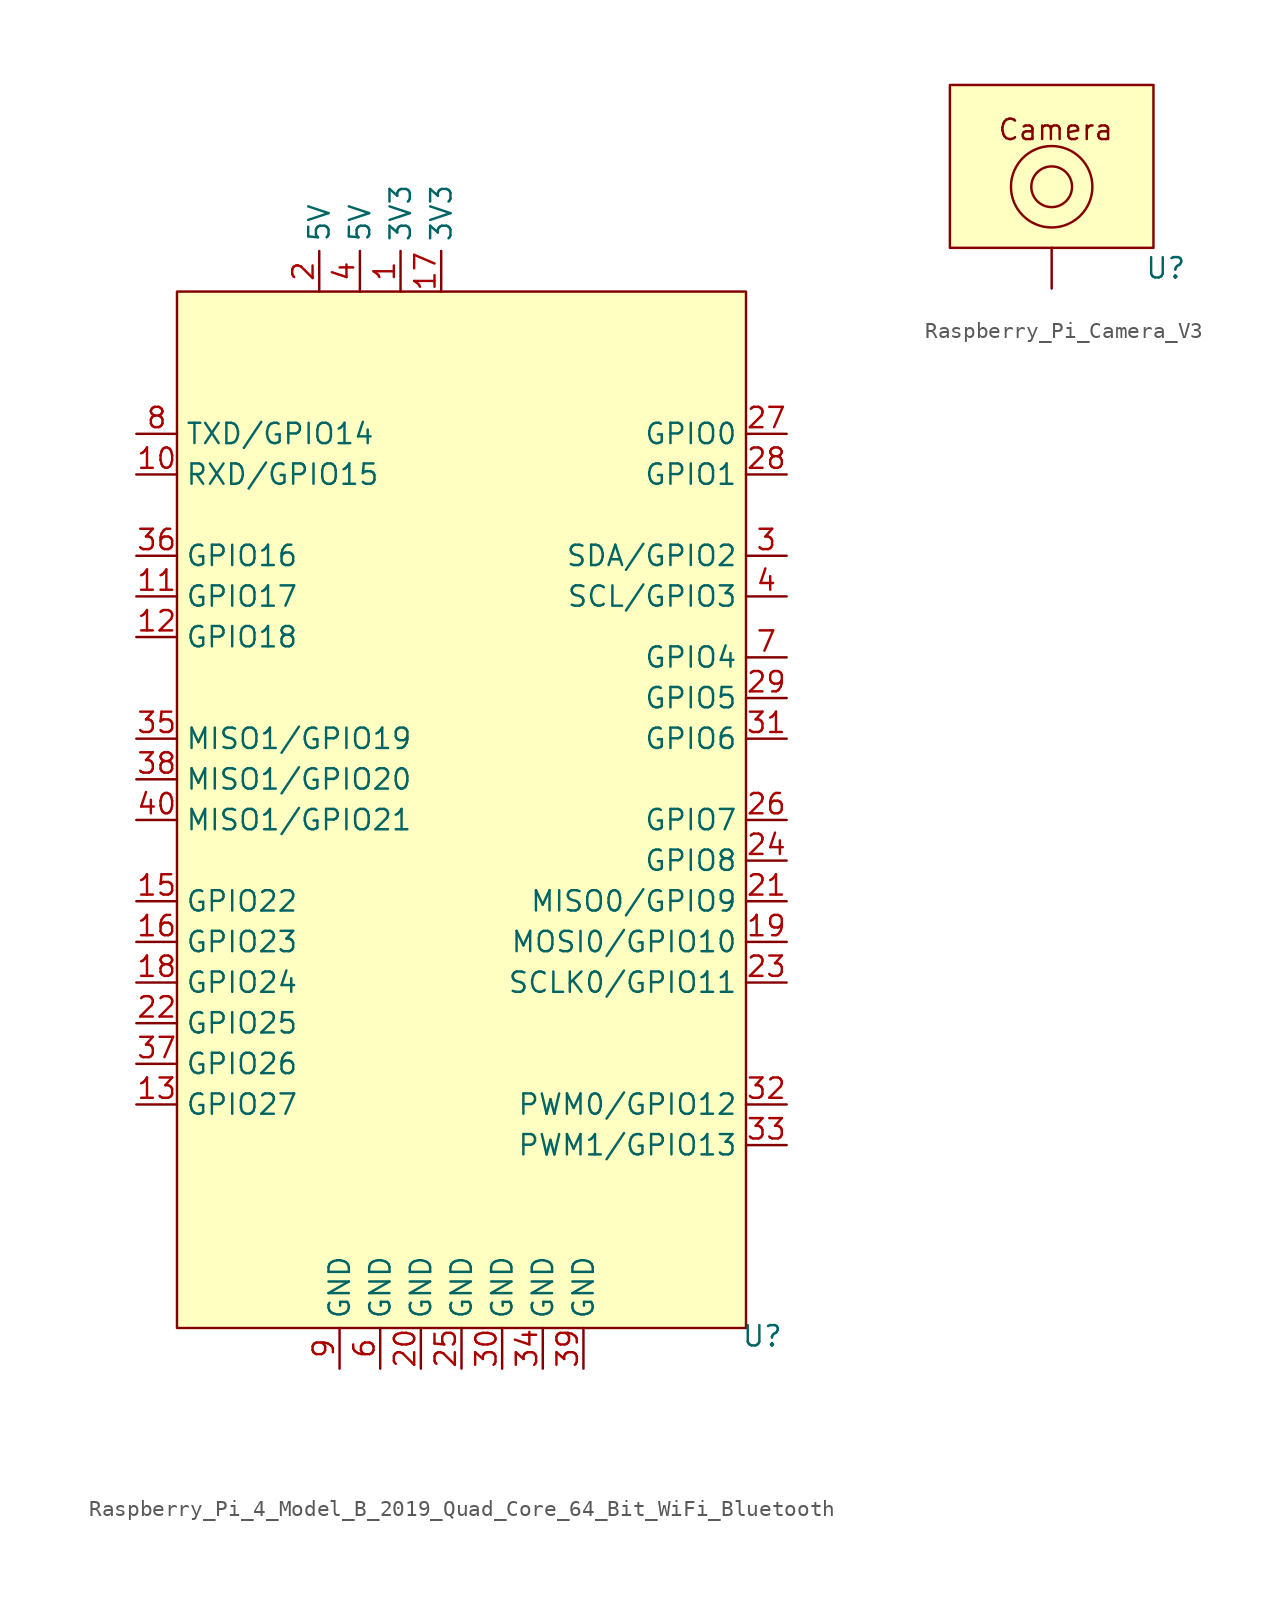
<source format=kicad_sym>
(kicad_symbol_lib
  (version 20231120)
  (generator "kicad_symbol_editor")
  (generator_version "8.0")
  (symbol "Raspberry_Pi_4_Model_B_2019_Quad_Core_64_Bit_WiFi_Bluetooth"
    (property "Reference" "U"
      (at 27.686 -65.278 0)
      (effects (font (size 1.27 1.27))))
    (property "Value" ""
      (at 0 0 0)
      (effects (font (size 1.27 1.27))))
    (symbol "Raspberry_Pi_4_Model_B_2019_Quad_Core_64_Bit_WiFi_Bluetooth_1_1"
      (rectangle (start -8.89 0) (end 26.67 -64.77) (stroke (width 0) (type default)) (fill (type background)))
      (pin passive line (at 5.08 0 90) (length 2.54) (name "3V3" (effects (font (size 1.27 1.27)))) (number "1" (effects (font (size 1.27 1.27)))))
      (pin bidirectional line (at -11.43 -11.43 0) (length 2.54) (name "RXD/GPIO15" (effects (font (size 1.27 1.27)))) (number "10" (effects (font (size 1.27 1.27)))))
      (pin bidirectional line (at -11.43 -19.05 0) (length 2.54) (name "GPIO17" (effects (font (size 1.27 1.27)))) (number "11" (effects (font (size 1.27 1.27)))))
      (pin bidirectional line (at -11.43 -21.59 0) (length 2.54) (name "GPIO18" (effects (font (size 1.27 1.27)))) (number "12" (effects (font (size 1.27 1.27)))))
      (pin bidirectional line (at -11.43 -50.8 0) (length 2.54) (name "GPIO27" (effects (font (size 1.27 1.27)))) (number "13" (effects (font (size 1.27 1.27)))))
      (pin bidirectional line (at -11.43 -38.1 0) (length 2.54) (name "GPIO22" (effects (font (size 1.27 1.27)))) (number "15" (effects (font (size 1.27 1.27)))))
      (pin bidirectional line (at -11.43 -40.64 0) (length 2.54) (name "GPIO23" (effects (font (size 1.27 1.27)))) (number "16" (effects (font (size 1.27 1.27)))))
      (pin passive line (at 7.62 0 90) (length 2.54) (name "3V3" (effects (font (size 1.27 1.27)))) (number "17" (effects (font (size 1.27 1.27)))))
      (pin bidirectional line (at -11.43 -43.18 0) (length 2.54) (name "GPIO24" (effects (font (size 1.27 1.27)))) (number "18" (effects (font (size 1.27 1.27)))))
      (pin bidirectional line (at 29.21 -40.64 180) (length 2.54) (name "MOSI0/GPIO10" (effects (font (size 1.27 1.27)))) (number "19" (effects (font (size 1.27 1.27)))))
      (pin output line (at 0 0 90) (length 2.54) (name "5V" (effects (font (size 1.27 1.27)))) (number "2" (effects (font (size 1.27 1.27)))))
      (pin passive line (at 6.35 -67.31 90) (length 2.54) (name "GND" (effects (font (size 1.27 1.27)))) (number "20" (effects (font (size 1.27 1.27)))))
      (pin bidirectional line (at 29.21 -38.1 180) (length 2.54) (name "MISO0/GPIO9" (effects (font (size 1.27 1.27)))) (number "21" (effects (font (size 1.27 1.27)))))
      (pin bidirectional line (at -11.43 -45.72 0) (length 2.54) (name "GPIO25" (effects (font (size 1.27 1.27)))) (number "22" (effects (font (size 1.27 1.27)))))
      (pin bidirectional line (at 29.21 -43.18 180) (length 2.54) (name "SCLK0/GPIO11" (effects (font (size 1.27 1.27)))) (number "23" (effects (font (size 1.27 1.27)))))
      (pin bidirectional line (at 29.21 -35.56 180) (length 2.54) (name "GPIO8" (effects (font (size 1.27 1.27)))) (number "24" (effects (font (size 1.27 1.27)))))
      (pin passive line (at 8.89 -67.31 90) (length 2.54) (name "GND" (effects (font (size 1.27 1.27)))) (number "25" (effects (font (size 1.27 1.27)))))
      (pin bidirectional line (at 29.21 -33.02 180) (length 2.54) (name "GPIO7" (effects (font (size 1.27 1.27)))) (number "26" (effects (font (size 1.27 1.27)))))
      (pin bidirectional line (at 29.21 -8.89 180) (length 2.54) (name "GPIO0" (effects (font (size 1.27 1.27)))) (number "27" (effects (font (size 1.27 1.27)))))
      (pin bidirectional line (at 29.21 -11.43 180) (length 2.54) (name "GPIO1" (effects (font (size 1.27 1.27)))) (number "28" (effects (font (size 1.27 1.27)))))
      (pin bidirectional line (at 29.21 -25.4 180) (length 2.54) (name "GPIO5" (effects (font (size 1.27 1.27)))) (number "29" (effects (font (size 1.27 1.27)))))
      (pin bidirectional line (at 29.21 -16.51 180) (length 2.54) (name "SDA/GPIO2" (effects (font (size 1.27 1.27)))) (number "3" (effects (font (size 1.27 1.27)))))
      (pin passive line (at 11.43 -67.31 90) (length 2.54) (name "GND" (effects (font (size 1.27 1.27)))) (number "30" (effects (font (size 1.27 1.27)))))
      (pin bidirectional line (at 29.21 -27.94 180) (length 2.54) (name "GPIO6" (effects (font (size 1.27 1.27)))) (number "31" (effects (font (size 1.27 1.27)))))
      (pin bidirectional line (at 29.21 -50.8 180) (length 2.54) (name "PWM0/GPIO12" (effects (font (size 1.27 1.27)))) (number "32" (effects (font (size 1.27 1.27)))))
      (pin bidirectional line (at 29.21 -53.34 180) (length 2.54) (name "PWM1/GPIO13" (effects (font (size 1.27 1.27)))) (number "33" (effects (font (size 1.27 1.27)))))
      (pin passive line (at 13.97 -67.31 90) (length 2.54) (name "GND" (effects (font (size 1.27 1.27)))) (number "34" (effects (font (size 1.27 1.27)))))
      (pin bidirectional line (at -11.43 -27.94 0) (length 2.54) (name "MISO1/GPIO19" (effects (font (size 1.27 1.27)))) (number "35" (effects (font (size 1.27 1.27)))))
      (pin bidirectional line (at -11.43 -16.51 0) (length 2.54) (name "GPIO16" (effects (font (size 1.27 1.27)))) (number "36" (effects (font (size 1.27 1.27)))))
      (pin bidirectional line (at -11.43 -48.26 0) (length 2.54) (name "GPIO26" (effects (font (size 1.27 1.27)))) (number "37" (effects (font (size 1.27 1.27)))))
      (pin bidirectional line (at -11.43 -30.48 0) (length 2.54) (name "MISO1/GPIO20" (effects (font (size 1.27 1.27)))) (number "38" (effects (font (size 1.27 1.27)))))
      (pin passive line (at 16.51 -67.31 90) (length 2.54) (name "GND" (effects (font (size 1.27 1.27)))) (number "39" (effects (font (size 1.27 1.27)))))
      (pin passive line (at 2.54 0 90) (length 2.54) (name "5V" (effects (font (size 1.27 1.27)))) (number "4" (effects (font (size 1.27 1.27)))))
      (pin bidirectional line (at 29.21 -19.05 180) (length 2.54) (name "SCL/GPIO3" (effects (font (size 1.27 1.27)))) (number "4" (effects (font (size 1.27 1.27)))))
      (pin bidirectional line (at -11.43 -33.02 0) (length 2.54) (name "MISO1/GPIO21" (effects (font (size 1.27 1.27)))) (number "40" (effects (font (size 1.27 1.27)))))
      (pin passive line (at 3.81 -67.31 90) (length 2.54) (name "GND" (effects (font (size 1.27 1.27)))) (number "6" (effects (font (size 1.27 1.27)))))
      (pin bidirectional line (at 29.21 -22.86 180) (length 2.54) (name "GPIO4" (effects (font (size 1.27 1.27)))) (number "7" (effects (font (size 1.27 1.27)))))
      (pin bidirectional line (at -11.43 -8.89 0) (length 2.54) (name "TXD/GPIO14" (effects (font (size 1.27 1.27)))) (number "8" (effects (font (size 1.27 1.27)))))
      (pin passive line (at 1.27 -67.31 90) (length 2.54) (name "GND" (effects (font (size 1.27 1.27)))) (number "9" (effects (font (size 1.27 1.27)))))))
  (symbol "Raspberry_Pi_Camera_V3"
    (property "Reference" "U"
      (at 14.732 -12.7 0)
      (effects (font (size 1.27 1.27))))
    (property "Value" ""
      (at 3.048 -3.556 0)
      (effects (font (size 1.27 1.27))))
    (symbol "Raspberry_Pi_Camera_V3_1_1"
      (rectangle (start 1.27 -1.27) (end 13.97 -11.43) (stroke (width 0) (type default)) (fill (type background)))
      (circle (center 7.62 -7.62) (radius 1.27) (stroke (width 0) (type default)) (fill (type none)))
      (circle (center 7.62 -7.62) (radius 2.54) (stroke (width 0) (type default)) (fill (type none)))
      (text "Camera" (at 7.874 -4.064 0) (effects (font (size 1.27 1.27))))
      (pin passive line (at 7.62 -13.97 90) (length 2.54) (name "" (effects (font (size 1.27 1.27)))) (number "" (effects (font (size 1.27 1.27))))))))
</source>
